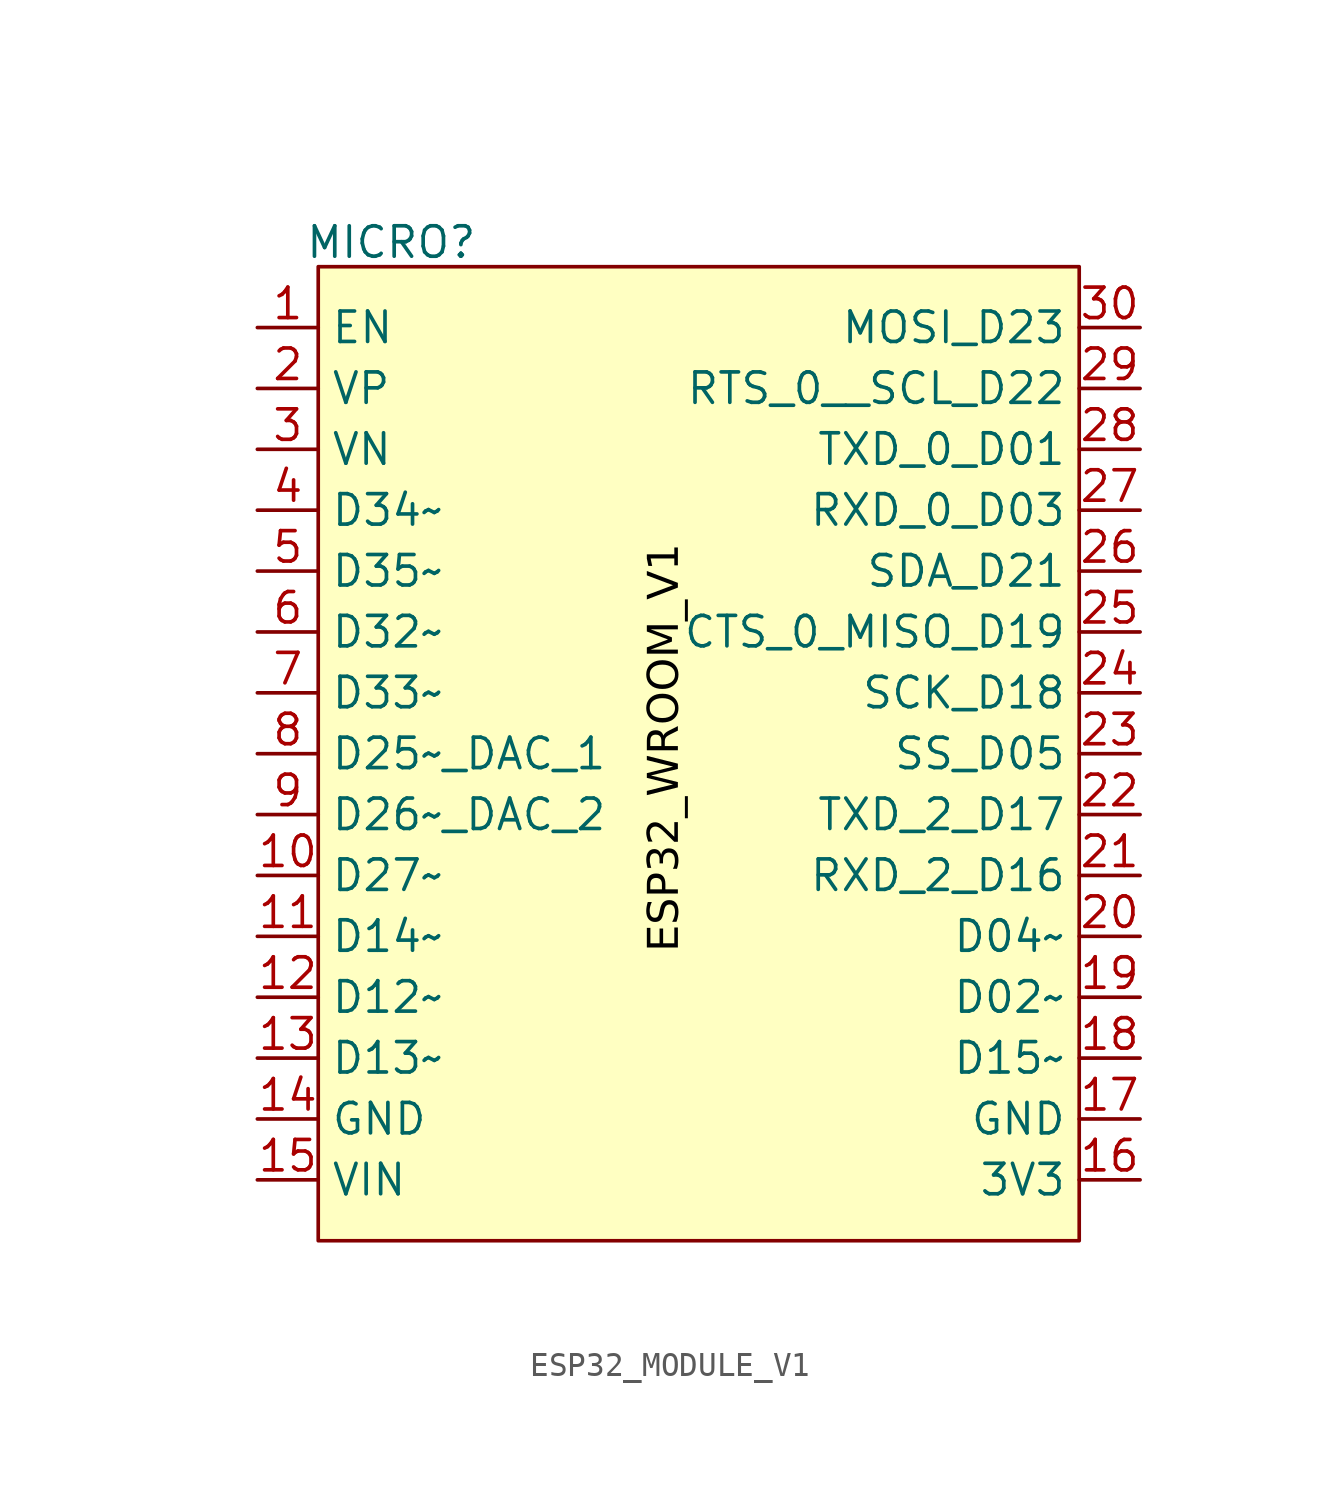
<source format=kicad_sym>
(kicad_symbol_lib
  (version 20231120)
  (generator "kicad_symbol_editor")
  (generator_version "8.0")
  (symbol "ESP32_MODULE_V1"
    (property "Reference" "MICRO"
      (at 8.128 -1.524 0)
      (effects (font (size 1.27 1.27))))
    (property "Value" ""
      (at 0 0 0)
      (effects (font (size 1.27 1.27))))
    (symbol "ESP32_MODULE_V1_0_1"
      (rectangle (start 5.08 -2.54) (end 36.83 -43.18) (stroke (width 0) (type default)) (fill (type background))))
    (symbol "ESP32_MODULE_V1_1_1"
      (text "ESP32_WROOM_V1" (at 19.558 -22.606 900) (effects (font (face "Arial") (size 1.27 1.27) (color 0 0 0 1))))
      (pin bidirectional line (at 2.54 -5.08 0) (length 2.54) (name "EN" (effects (font (size 1.27 1.27)))) (number "1" (effects (font (size 1.27 1.27)))))
      (pin bidirectional line (at 2.54 -27.94 0) (length 2.54) (name "D27~" (effects (font (size 1.27 1.27)))) (number "10" (effects (font (size 1.27 1.27)))))
      (pin bidirectional line (at 2.54 -30.48 0) (length 2.54) (name "D14~" (effects (font (size 1.27 1.27)))) (number "11" (effects (font (size 1.27 1.27)))))
      (pin bidirectional line (at 2.54 -33.02 0) (length 2.54) (name "D12~" (effects (font (size 1.27 1.27)))) (number "12" (effects (font (size 1.27 1.27)))))
      (pin bidirectional line (at 2.54 -35.56 0) (length 2.54) (name "D13~" (effects (font (size 1.27 1.27)))) (number "13" (effects (font (size 1.27 1.27)))))
      (pin bidirectional line (at 2.54 -38.1 0) (length 2.54) (name "GND" (effects (font (size 1.27 1.27)))) (number "14" (effects (font (size 1.27 1.27)))))
      (pin bidirectional line (at 2.54 -40.64 0) (length 2.54) (name "VIN" (effects (font (size 1.27 1.27)))) (number "15" (effects (font (size 1.27 1.27)))))
      (pin bidirectional line (at 39.37 -40.64 180) (length 2.54) (name "3V3" (effects (font (size 1.27 1.27)))) (number "16" (effects (font (size 1.27 1.27)))))
      (pin bidirectional line (at 39.37 -38.1 180) (length 2.54) (name "GND" (effects (font (size 1.27 1.27)))) (number "17" (effects (font (size 1.27 1.27)))))
      (pin bidirectional line (at 39.37 -35.56 180) (length 2.54) (name "D15~" (effects (font (size 1.27 1.27)))) (number "18" (effects (font (size 1.27 1.27)))))
      (pin bidirectional line (at 39.37 -33.02 180) (length 2.54) (name "D02~" (effects (font (size 1.27 1.27)))) (number "19" (effects (font (size 1.27 1.27)))))
      (pin bidirectional line (at 2.54 -7.62 0) (length 2.54) (name "VP" (effects (font (size 1.27 1.27)))) (number "2" (effects (font (size 1.27 1.27)))))
      (pin bidirectional line (at 39.37 -30.48 180) (length 2.54) (name "D04~" (effects (font (size 1.27 1.27)))) (number "20" (effects (font (size 1.27 1.27)))))
      (pin bidirectional line (at 39.37 -27.94 180) (length 2.54) (name "RXD_2_D16" (effects (font (size 1.27 1.27)))) (number "21" (effects (font (size 1.27 1.27)))))
      (pin bidirectional line (at 39.37 -25.4 180) (length 2.54) (name "TXD_2_D17" (effects (font (size 1.27 1.27)))) (number "22" (effects (font (size 1.27 1.27)))))
      (pin bidirectional line (at 39.37 -22.86 180) (length 2.54) (name "SS_D05" (effects (font (size 1.27 1.27)))) (number "23" (effects (font (size 1.27 1.27)))))
      (pin bidirectional line (at 39.37 -20.32 180) (length 2.54) (name "SCK_D18" (effects (font (size 1.27 1.27)))) (number "24" (effects (font (size 1.27 1.27)))))
      (pin bidirectional line (at 39.37 -17.78 180) (length 2.54) (name "CTS_0_MISO_D19" (effects (font (size 1.27 1.27)))) (number "25" (effects (font (size 1.27 1.27)))))
      (pin bidirectional line (at 39.37 -15.24 180) (length 2.54) (name "SDA_D21" (effects (font (size 1.27 1.27)))) (number "26" (effects (font (size 1.27 1.27)))))
      (pin bidirectional line (at 39.37 -12.7 180) (length 2.54) (name "RXD_0_D03" (effects (font (size 1.27 1.27)))) (number "27" (effects (font (size 1.27 1.27)))))
      (pin bidirectional line (at 39.37 -10.16 180) (length 2.54) (name "TXD_0_D01" (effects (font (size 1.27 1.27)))) (number "28" (effects (font (size 1.27 1.27)))))
      (pin bidirectional line (at 39.37 -7.62 180) (length 2.54) (name "RTS_0__SCL_D22" (effects (font (size 1.27 1.27)))) (number "29" (effects (font (size 1.27 1.27)))))
      (pin bidirectional line (at 2.54 -10.16 0) (length 2.54) (name "VN" (effects (font (size 1.27 1.27)))) (number "3" (effects (font (size 1.27 1.27)))))
      (pin bidirectional line (at 39.37 -5.08 180) (length 2.54) (name "MOSI_D23" (effects (font (size 1.27 1.27)))) (number "30" (effects (font (size 1.27 1.27)))))
      (pin bidirectional line (at 2.54 -12.7 0) (length 2.54) (name "D34~" (effects (font (size 1.27 1.27)))) (number "4" (effects (font (size 1.27 1.27)))))
      (pin bidirectional line (at 2.54 -15.24 0) (length 2.54) (name "D35~" (effects (font (size 1.27 1.27)))) (number "5" (effects (font (size 1.27 1.27)))))
      (pin bidirectional line (at 2.54 -17.78 0) (length 2.54) (name "D32~" (effects (font (size 1.27 1.27)))) (number "6" (effects (font (size 1.27 1.27)))))
      (pin bidirectional line (at 2.54 -20.32 0) (length 2.54) (name "D33~" (effects (font (size 1.27 1.27)))) (number "7" (effects (font (size 1.27 1.27)))))
      (pin bidirectional line (at 2.54 -22.86 0) (length 2.54) (name "D25~_DAC_1" (effects (font (size 1.27 1.27)))) (number "8" (effects (font (size 1.27 1.27)))))
      (pin bidirectional line (at 2.54 -25.4 0) (length 2.54) (name "D26~_DAC_2" (effects (font (size 1.27 1.27)))) (number "9" (effects (font (size 1.27 1.27))))))))
</source>
